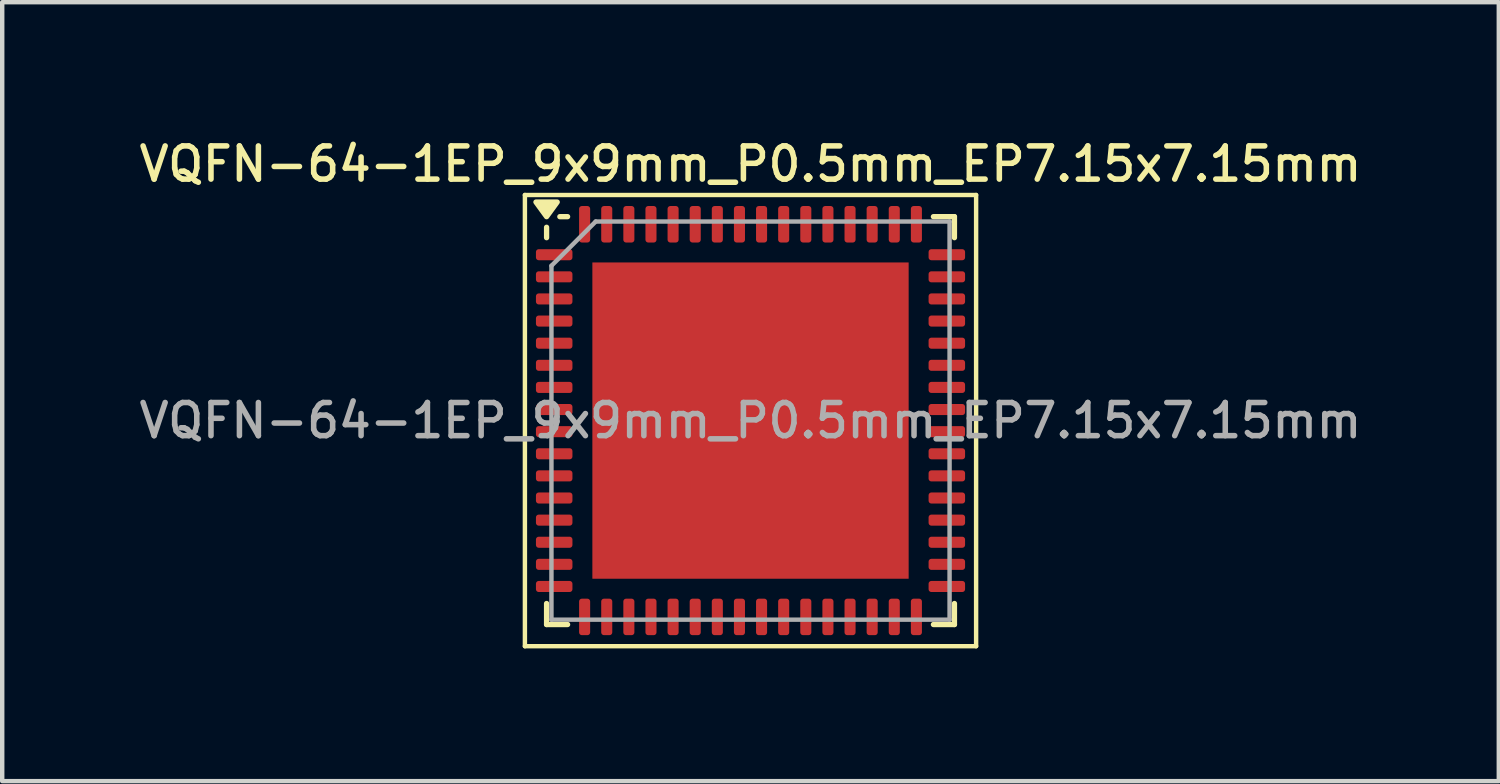
<source format=kicad_pcb>
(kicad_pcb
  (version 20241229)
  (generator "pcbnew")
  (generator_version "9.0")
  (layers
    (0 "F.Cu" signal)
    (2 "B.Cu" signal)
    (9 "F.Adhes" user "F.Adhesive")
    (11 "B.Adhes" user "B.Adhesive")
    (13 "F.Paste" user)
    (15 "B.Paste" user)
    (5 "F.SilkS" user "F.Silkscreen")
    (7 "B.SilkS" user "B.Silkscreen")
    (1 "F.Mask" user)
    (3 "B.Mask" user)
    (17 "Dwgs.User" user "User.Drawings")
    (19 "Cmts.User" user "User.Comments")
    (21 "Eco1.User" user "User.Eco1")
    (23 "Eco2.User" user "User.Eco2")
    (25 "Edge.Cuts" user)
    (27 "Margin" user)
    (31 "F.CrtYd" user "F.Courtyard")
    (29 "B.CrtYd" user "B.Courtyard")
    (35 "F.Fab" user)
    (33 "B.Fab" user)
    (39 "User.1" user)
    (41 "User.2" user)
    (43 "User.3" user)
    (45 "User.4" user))
  (footprint "VQFN-64-1EP_9x9mm_P0.5mm_EP7.15x7.15mm"
    (layer "F.Cu")
    (at 13.916 6.458)
    (property "Reference" "VQFN-64-1EP_9x9mm_P0.5mm_EP7.15x7.15mm" (at 0 -5.8 0) (layer "F.SilkS") (effects (font (size 0.75 0.75) (thickness 0.125))))
    (attr smd)
    (fp_line (start -5.1 -5.1) (end -5.1 5.1) (stroke (width 0.1) (type solid)) (layer "F.SilkS"))
    (fp_line (start -5.1 5.1) (end 5.1 5.1) (stroke (width 0.1) (type solid)) (layer "F.SilkS"))
    (fp_line (start -4.61 -4.135) (end -4.61 -4.37) (stroke (width 0.12) (type solid)) (layer "F.SilkS"))
    (fp_line (start -4.61 4.61) (end -4.61 4.135) (stroke (width 0.12) (type solid)) (layer "F.SilkS"))
    (fp_line (start -4.135 -4.61) (end -4.31 -4.61) (stroke (width 0.12) (type solid)) (layer "F.SilkS"))
    (fp_line (start -4.135 4.61) (end -4.61 4.61) (stroke (width 0.12) (type solid)) (layer "F.SilkS"))
    (fp_line (start 4.135 -4.61) (end 4.61 -4.61) (stroke (width 0.12) (type solid)) (layer "F.SilkS"))
    (fp_line (start 4.135 4.61) (end 4.61 4.61) (stroke (width 0.12) (type solid)) (layer "F.SilkS"))
    (fp_line (start 4.61 -4.61) (end 4.61 -4.135) (stroke (width 0.12) (type solid)) (layer "F.SilkS"))
    (fp_line (start 4.61 4.61) (end 4.61 4.135) (stroke (width 0.12) (type solid)) (layer "F.SilkS"))
    (fp_line (start 5.1 -5.1) (end -5.1 -5.1) (stroke (width 0.1) (type solid)) (layer "F.SilkS"))
    (fp_line (start 5.1 5.1) (end 5.1 -5.1) (stroke (width 0.1) (type solid)) (layer "F.SilkS"))
    (fp_poly (pts (xy -4.61 -4.61) (xy -4.85 -4.94) (xy -4.37 -4.94) (xy -4.61 -4.61)) (stroke (width 0.12) (type solid)) (fill yes) (layer "F.SilkS"))
    (fp_line (start -4.5 -3.5) (end -3.5 -4.5) (stroke (width 0.1) (type solid)) (layer "F.Fab"))
    (fp_line (start -4.5 4.5) (end -4.5 -3.5) (stroke (width 0.1) (type solid)) (layer "F.Fab"))
    (fp_line (start -3.5 -4.5) (end 4.5 -4.5) (stroke (width 0.1) (type solid)) (layer "F.Fab"))
    (fp_line (start 4.5 -4.5) (end 4.5 4.5) (stroke (width 0.1) (type solid)) (layer "F.Fab"))
    (fp_line (start 4.5 4.5) (end -4.5 4.5) (stroke (width 0.1) (type solid)) (layer "F.Fab"))
    (fp_text user "${REFERENCE}" (at 0 0 0) (layer "F.Fab") (effects (font (size 0.75 0.75) (thickness 0.125))))
    (pad "" smd roundrect (at -2.38 -2.38) (size 1.92 1.92) (layers "F.Paste") (roundrect_rratio 0.13))
    (pad "" smd roundrect (at -2.38 0) (size 1.92 1.92) (layers "F.Paste") (roundrect_rratio 0.13))
    (pad "" smd roundrect (at -2.38 2.38) (size 1.92 1.92) (layers "F.Paste") (roundrect_rratio 0.13))
    (pad "" smd roundrect (at 0 -2.38) (size 1.92 1.92) (layers "F.Paste") (roundrect_rratio 0.13))
    (pad "" smd roundrect (at 0 0) (size 1.92 1.92) (layers "F.Paste") (roundrect_rratio 0.13))
    (pad "" smd roundrect (at 0 2.38) (size 1.92 1.92) (layers "F.Paste") (roundrect_rratio 0.13))
    (pad "" smd roundrect (at 2.38 -2.38) (size 1.92 1.92) (layers "F.Paste") (roundrect_rratio 0.13))
    (pad "" smd roundrect (at 2.38 0) (size 1.92 1.92) (layers "F.Paste") (roundrect_rratio 0.13))
    (pad "" smd roundrect (at 2.38 2.38) (size 1.92 1.92) (layers "F.Paste") (roundrect_rratio 0.13))
    (pad "1" smd roundrect (at -4.438 -3.75) (size 0.825 0.25) (layers "F.Cu" "F.Mask" "F.Paste") (roundrect_rratio 0.25))
    (pad "2" smd roundrect (at -4.438 -3.25) (size 0.825 0.25) (layers "F.Cu" "F.Mask" "F.Paste") (roundrect_rratio 0.25))
    (pad "3" smd roundrect (at -4.438 -2.75) (size 0.825 0.25) (layers "F.Cu" "F.Mask" "F.Paste") (roundrect_rratio 0.25))
    (pad "4" smd roundrect (at -4.438 -2.25) (size 0.825 0.25) (layers "F.Cu" "F.Mask" "F.Paste") (roundrect_rratio 0.25))
    (pad "5" smd roundrect (at -4.438 -1.75) (size 0.825 0.25) (layers "F.Cu" "F.Mask" "F.Paste") (roundrect_rratio 0.25))
    (pad "6" smd roundrect (at -4.438 -1.25) (size 0.825 0.25) (layers "F.Cu" "F.Mask" "F.Paste") (roundrect_rratio 0.25))
    (pad "7" smd roundrect (at -4.438 -0.75) (size 0.825 0.25) (layers "F.Cu" "F.Mask" "F.Paste") (roundrect_rratio 0.25))
    (pad "8" smd roundrect (at -4.438 -0.25) (size 0.825 0.25) (layers "F.Cu" "F.Mask" "F.Paste") (roundrect_rratio 0.25))
    (pad "9" smd roundrect (at -4.438 0.25) (size 0.825 0.25) (layers "F.Cu" "F.Mask" "F.Paste") (roundrect_rratio 0.25))
    (pad "10" smd roundrect (at -4.438 0.75) (size 0.825 0.25) (layers "F.Cu" "F.Mask" "F.Paste") (roundrect_rratio 0.25))
    (pad "11" smd roundrect (at -4.438 1.25) (size 0.825 0.25) (layers "F.Cu" "F.Mask" "F.Paste") (roundrect_rratio 0.25))
    (pad "12" smd roundrect (at -4.438 1.75) (size 0.825 0.25) (layers "F.Cu" "F.Mask" "F.Paste") (roundrect_rratio 0.25))
    (pad "13" smd roundrect (at -4.438 2.25) (size 0.825 0.25) (layers "F.Cu" "F.Mask" "F.Paste") (roundrect_rratio 0.25))
    (pad "14" smd roundrect (at -4.438 2.75) (size 0.825 0.25) (layers "F.Cu" "F.Mask" "F.Paste") (roundrect_rratio 0.25))
    (pad "15" smd roundrect (at -4.438 3.25) (size 0.825 0.25) (layers "F.Cu" "F.Mask" "F.Paste") (roundrect_rratio 0.25))
    (pad "16" smd roundrect (at -4.438 3.75) (size 0.825 0.25) (layers "F.Cu" "F.Mask" "F.Paste") (roundrect_rratio 0.25))
    (pad "17" smd roundrect (at -3.75 4.438) (size 0.25 0.825) (layers "F.Cu" "F.Mask" "F.Paste") (roundrect_rratio 0.25))
    (pad "18" smd roundrect (at -3.25 4.438) (size 0.25 0.825) (layers "F.Cu" "F.Mask" "F.Paste") (roundrect_rratio 0.25))
    (pad "19" smd roundrect (at -2.75 4.438) (size 0.25 0.825) (layers "F.Cu" "F.Mask" "F.Paste") (roundrect_rratio 0.25))
    (pad "20" smd roundrect (at -2.25 4.438) (size 0.25 0.825) (layers "F.Cu" "F.Mask" "F.Paste") (roundrect_rratio 0.25))
    (pad "21" smd roundrect (at -1.75 4.438) (size 0.25 0.825) (layers "F.Cu" "F.Mask" "F.Paste") (roundrect_rratio 0.25))
    (pad "22" smd roundrect (at -1.25 4.438) (size 0.25 0.825) (layers "F.Cu" "F.Mask" "F.Paste") (roundrect_rratio 0.25))
    (pad "23" smd roundrect (at -0.75 4.438) (size 0.25 0.825) (layers "F.Cu" "F.Mask" "F.Paste") (roundrect_rratio 0.25))
    (pad "24" smd roundrect (at -0.25 4.438) (size 0.25 0.825) (layers "F.Cu" "F.Mask" "F.Paste") (roundrect_rratio 0.25))
    (pad "25" smd roundrect (at 0.25 4.438) (size 0.25 0.825) (layers "F.Cu" "F.Mask" "F.Paste") (roundrect_rratio 0.25))
    (pad "26" smd roundrect (at 0.75 4.438) (size 0.25 0.825) (layers "F.Cu" "F.Mask" "F.Paste") (roundrect_rratio 0.25))
    (pad "27" smd roundrect (at 1.25 4.438) (size 0.25 0.825) (layers "F.Cu" "F.Mask" "F.Paste") (roundrect_rratio 0.25))
    (pad "28" smd roundrect (at 1.75 4.438) (size 0.25 0.825) (layers "F.Cu" "F.Mask" "F.Paste") (roundrect_rratio 0.25))
    (pad "29" smd roundrect (at 2.25 4.438) (size 0.25 0.825) (layers "F.Cu" "F.Mask" "F.Paste") (roundrect_rratio 0.25))
    (pad "30" smd roundrect (at 2.75 4.438) (size 0.25 0.825) (layers "F.Cu" "F.Mask" "F.Paste") (roundrect_rratio 0.25))
    (pad "31" smd roundrect (at 3.25 4.438) (size 0.25 0.825) (layers "F.Cu" "F.Mask" "F.Paste") (roundrect_rratio 0.25))
    (pad "32" smd roundrect (at 3.75 4.438) (size 0.25 0.825) (layers "F.Cu" "F.Mask" "F.Paste") (roundrect_rratio 0.25))
    (pad "33" smd roundrect (at 4.438 3.75) (size 0.825 0.25) (layers "F.Cu" "F.Mask" "F.Paste") (roundrect_rratio 0.25))
    (pad "34" smd roundrect (at 4.438 3.25) (size 0.825 0.25) (layers "F.Cu" "F.Mask" "F.Paste") (roundrect_rratio 0.25))
    (pad "35" smd roundrect (at 4.438 2.75) (size 0.825 0.25) (layers "F.Cu" "F.Mask" "F.Paste") (roundrect_rratio 0.25))
    (pad "36" smd roundrect (at 4.438 2.25) (size 0.825 0.25) (layers "F.Cu" "F.Mask" "F.Paste") (roundrect_rratio 0.25))
    (pad "37" smd roundrect (at 4.438 1.75) (size 0.825 0.25) (layers "F.Cu" "F.Mask" "F.Paste") (roundrect_rratio 0.25))
    (pad "38" smd roundrect (at 4.438 1.25) (size 0.825 0.25) (layers "F.Cu" "F.Mask" "F.Paste") (roundrect_rratio 0.25))
    (pad "39" smd roundrect (at 4.438 0.75) (size 0.825 0.25) (layers "F.Cu" "F.Mask" "F.Paste") (roundrect_rratio 0.25))
    (pad "40" smd roundrect (at 4.438 0.25) (size 0.825 0.25) (layers "F.Cu" "F.Mask" "F.Paste") (roundrect_rratio 0.25))
    (pad "41" smd roundrect (at 4.438 -0.25) (size 0.825 0.25) (layers "F.Cu" "F.Mask" "F.Paste") (roundrect_rratio 0.25))
    (pad "42" smd roundrect (at 4.438 -0.75) (size 0.825 0.25) (layers "F.Cu" "F.Mask" "F.Paste") (roundrect_rratio 0.25))
    (pad "43" smd roundrect (at 4.438 -1.25) (size 0.825 0.25) (layers "F.Cu" "F.Mask" "F.Paste") (roundrect_rratio 0.25))
    (pad "44" smd roundrect (at 4.438 -1.75) (size 0.825 0.25) (layers "F.Cu" "F.Mask" "F.Paste") (roundrect_rratio 0.25))
    (pad "45" smd roundrect (at 4.438 -2.25) (size 0.825 0.25) (layers "F.Cu" "F.Mask" "F.Paste") (roundrect_rratio 0.25))
    (pad "46" smd roundrect (at 4.438 -2.75) (size 0.825 0.25) (layers "F.Cu" "F.Mask" "F.Paste") (roundrect_rratio 0.25))
    (pad "47" smd roundrect (at 4.438 -3.25) (size 0.825 0.25) (layers "F.Cu" "F.Mask" "F.Paste") (roundrect_rratio 0.25))
    (pad "48" smd roundrect (at 4.438 -3.75) (size 0.825 0.25) (layers "F.Cu" "F.Mask" "F.Paste") (roundrect_rratio 0.25))
    (pad "49" smd roundrect (at 3.75 -4.438) (size 0.25 0.825) (layers "F.Cu" "F.Mask" "F.Paste") (roundrect_rratio 0.25))
    (pad "50" smd roundrect (at 3.25 -4.438) (size 0.25 0.825) (layers "F.Cu" "F.Mask" "F.Paste") (roundrect_rratio 0.25))
    (pad "51" smd roundrect (at 2.75 -4.438) (size 0.25 0.825) (layers "F.Cu" "F.Mask" "F.Paste") (roundrect_rratio 0.25))
    (pad "52" smd roundrect (at 2.25 -4.438) (size 0.25 0.825) (layers "F.Cu" "F.Mask" "F.Paste") (roundrect_rratio 0.25))
    (pad "53" smd roundrect (at 1.75 -4.438) (size 0.25 0.825) (layers "F.Cu" "F.Mask" "F.Paste") (roundrect_rratio 0.25))
    (pad "54" smd roundrect (at 1.25 -4.438) (size 0.25 0.825) (layers "F.Cu" "F.Mask" "F.Paste") (roundrect_rratio 0.25))
    (pad "55" smd roundrect (at 0.75 -4.438) (size 0.25 0.825) (layers "F.Cu" "F.Mask" "F.Paste") (roundrect_rratio 0.25))
    (pad "56" smd roundrect (at 0.25 -4.438) (size 0.25 0.825) (layers "F.Cu" "F.Mask" "F.Paste") (roundrect_rratio 0.25))
    (pad "57" smd roundrect (at -0.25 -4.438) (size 0.25 0.825) (layers "F.Cu" "F.Mask" "F.Paste") (roundrect_rratio 0.25))
    (pad "58" smd roundrect (at -0.75 -4.438) (size 0.25 0.825) (layers "F.Cu" "F.Mask" "F.Paste") (roundrect_rratio 0.25))
    (pad "59" smd roundrect (at -1.25 -4.438) (size 0.25 0.825) (layers "F.Cu" "F.Mask" "F.Paste") (roundrect_rratio 0.25))
    (pad "60" smd roundrect (at -1.75 -4.438) (size 0.25 0.825) (layers "F.Cu" "F.Mask" "F.Paste") (roundrect_rratio 0.25))
    (pad "61" smd roundrect (at -2.25 -4.438) (size 0.25 0.825) (layers "F.Cu" "F.Mask" "F.Paste") (roundrect_rratio 0.25))
    (pad "62" smd roundrect (at -2.75 -4.438) (size 0.25 0.825) (layers "F.Cu" "F.Mask" "F.Paste") (roundrect_rratio 0.25))
    (pad "63" smd roundrect (at -3.25 -4.438) (size 0.25 0.825) (layers "F.Cu" "F.Mask" "F.Paste") (roundrect_rratio 0.25))
    (pad "64" smd roundrect (at -3.75 -4.438) (size 0.25 0.825) (layers "F.Cu" "F.Mask" "F.Paste") (roundrect_rratio 0.25))
    (pad "65" smd rect (at 0 0) (size 7.15 7.15) (property pad_prop_heatsink) (layers "F.Cu" "F.Mask")))
  (gr_rect
    (start -3 -3)
    (end 30.832 14.608)
    (stroke (width 0.1) (type default))
    (fill no)
    (layer "Edge.Cuts")))
</source>
